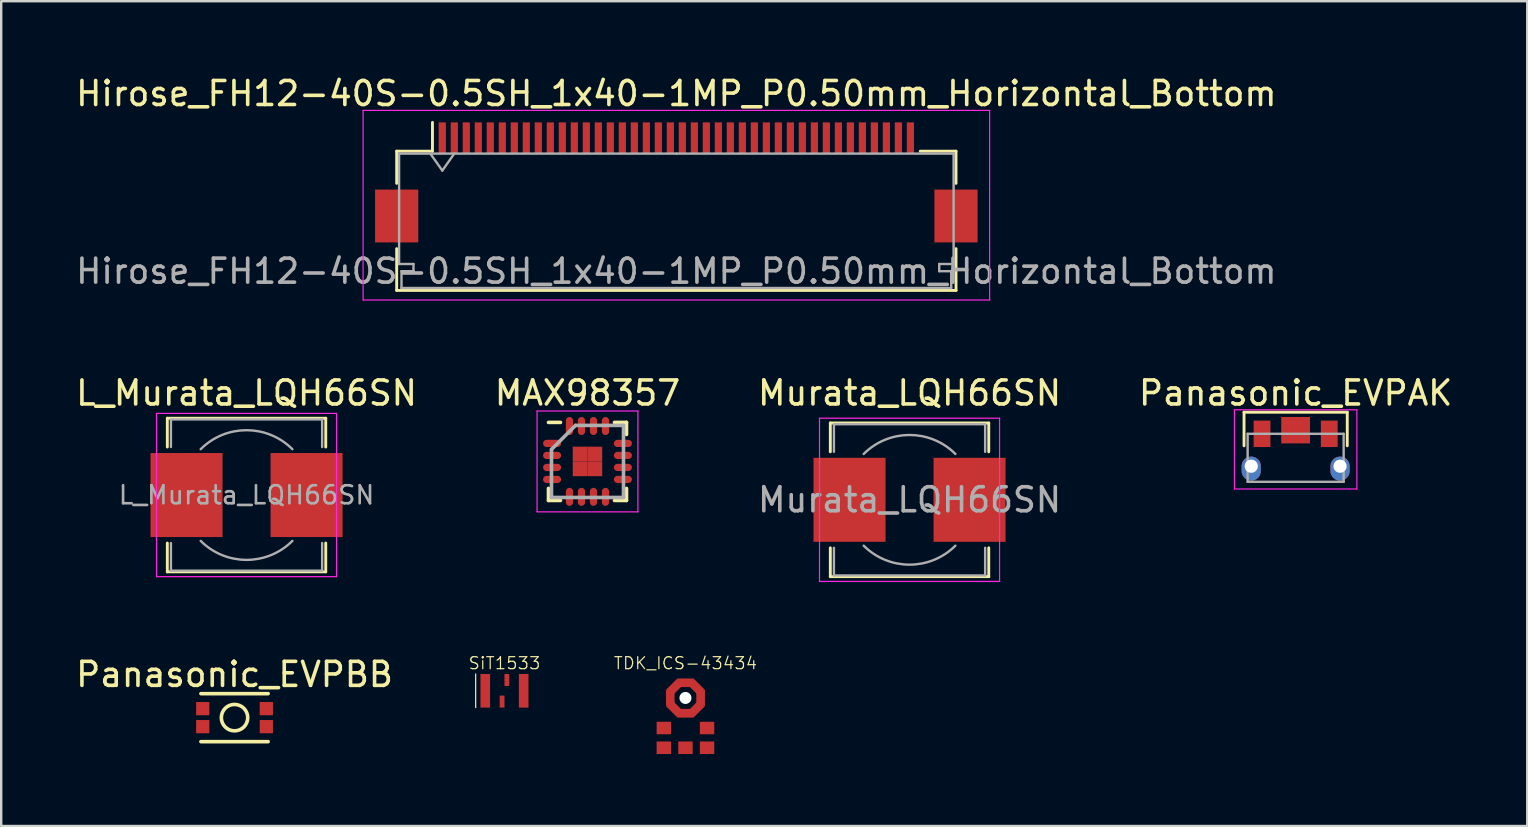
<source format=kicad_pcb>
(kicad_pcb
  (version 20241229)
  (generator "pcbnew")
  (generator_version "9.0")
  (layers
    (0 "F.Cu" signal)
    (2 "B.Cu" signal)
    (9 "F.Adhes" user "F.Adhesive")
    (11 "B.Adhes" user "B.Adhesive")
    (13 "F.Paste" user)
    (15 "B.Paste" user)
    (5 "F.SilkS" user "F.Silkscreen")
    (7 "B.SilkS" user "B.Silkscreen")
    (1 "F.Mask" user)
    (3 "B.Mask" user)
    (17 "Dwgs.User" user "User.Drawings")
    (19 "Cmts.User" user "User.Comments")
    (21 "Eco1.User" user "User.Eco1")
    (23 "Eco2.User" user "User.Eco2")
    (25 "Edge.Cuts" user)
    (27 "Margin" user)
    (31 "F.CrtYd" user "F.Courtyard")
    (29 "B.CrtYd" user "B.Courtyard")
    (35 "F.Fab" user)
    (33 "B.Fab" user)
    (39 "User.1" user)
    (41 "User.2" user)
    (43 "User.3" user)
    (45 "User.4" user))
  (footprint "Hirose_FH12-40S-0.5SH_1x40-1MP_P0.50mm_Horizontal_Bottom"
    (layer "F.Cu")
    (at 25.125 4.548)
    (property "Reference" "Hirose_FH12-40S-0.5SH_1x40-1MP_P0.50mm_Horizontal_Bottom" (at 0 -3.7 0) (layer "F.SilkS") (effects (font (size 1 1) (thickness 0.15))))
    (attr smd)
    (fp_line (start -11.65 -1.3) (end -11.65 0.04) (stroke (width 0.12) (type solid)) (layer "F.SilkS"))
    (fp_line (start -11.65 2.76) (end -11.65 4.5) (stroke (width 0.12) (type solid)) (layer "F.SilkS"))
    (fp_line (start -11.65 4.5) (end 11.65 4.5) (stroke (width 0.12) (type solid)) (layer "F.SilkS"))
    (fp_line (start -10.16 -1.3) (end -11.65 -1.3) (stroke (width 0.12) (type solid)) (layer "F.SilkS"))
    (fp_line (start -10.16 -1.3) (end -10.16 -2.5) (stroke (width 0.12) (type solid)) (layer "F.SilkS"))
    (fp_line (start 10.16 -1.3) (end 11.65 -1.3) (stroke (width 0.12) (type solid)) (layer "F.SilkS"))
    (fp_line (start 11.65 -1.3) (end 11.65 0.04) (stroke (width 0.12) (type solid)) (layer "F.SilkS"))
    (fp_line (start 11.65 4.5) (end 11.65 2.76) (stroke (width 0.12) (type solid)) (layer "F.SilkS"))
    (fp_line (start -13.05 -3) (end -13.05 4.9) (stroke (width 0.05) (type solid)) (layer "F.CrtYd"))
    (fp_line (start -13.05 4.9) (end 13.05 4.9) (stroke (width 0.05) (type solid)) (layer "F.CrtYd"))
    (fp_line (start 13.05 -3) (end -13.05 -3) (stroke (width 0.05) (type solid)) (layer "F.CrtYd"))
    (fp_line (start 13.05 4.9) (end 13.05 -3) (stroke (width 0.05) (type solid)) (layer "F.CrtYd"))
    (fp_line (start -11.55 -1.2) (end -11.55 3.4) (stroke (width 0.1) (type solid)) (layer "F.Fab"))
    (fp_line (start -11.55 3.4) (end -10.95 3.4) (stroke (width 0.1) (type solid)) (layer "F.Fab"))
    (fp_line (start -11.45 3.7) (end -11.45 4.4) (stroke (width 0.1) (type solid)) (layer "F.Fab"))
    (fp_line (start -11.45 4.4) (end 0 4.4) (stroke (width 0.1) (type solid)) (layer "F.Fab"))
    (fp_line (start -10.95 3.4) (end -10.95 3.7) (stroke (width 0.1) (type solid)) (layer "F.Fab"))
    (fp_line (start -10.95 3.7) (end -11.45 3.7) (stroke (width 0.1) (type solid)) (layer "F.Fab"))
    (fp_line (start -10.25 -1.2) (end -9.75 -0.493) (stroke (width 0.1) (type solid)) (layer "F.Fab"))
    (fp_line (start -9.75 -0.493) (end -9.25 -1.2) (stroke (width 0.1) (type solid)) (layer "F.Fab"))
    (fp_line (start 0 -1.2) (end -11.55 -1.2) (stroke (width 0.1) (type solid)) (layer "F.Fab"))
    (fp_line (start 0 -1.2) (end 11.55 -1.2) (stroke (width 0.1) (type solid)) (layer "F.Fab"))
    (fp_line (start 10.95 3.4) (end 10.95 3.7) (stroke (width 0.1) (type solid)) (layer "F.Fab"))
    (fp_line (start 10.95 3.7) (end 11.45 3.7) (stroke (width 0.1) (type solid)) (layer "F.Fab"))
    (fp_line (start 11.45 3.7) (end 11.45 4.4) (stroke (width 0.1) (type solid)) (layer "F.Fab"))
    (fp_line (start 11.45 4.4) (end 0 4.4) (stroke (width 0.1) (type solid)) (layer "F.Fab"))
    (fp_line (start 11.55 -1.2) (end 11.55 3.4) (stroke (width 0.1) (type solid)) (layer "F.Fab"))
    (fp_line (start 11.55 3.4) (end 10.95 3.4) (stroke (width 0.1) (type solid)) (layer "F.Fab"))
    (fp_text user "${REFERENCE}" (at 0 3.7 0) (layer "F.Fab") (effects (font (size 1 1) (thickness 0.15))))
    (pad "1" smd rect (at 9.75 -1.85) (size 0.3 1.3) (layers "F.Cu" "F.Mask" "F.Paste"))
    (pad "2" smd rect (at 9.25 -1.85) (size 0.3 1.3) (layers "F.Cu" "F.Mask" "F.Paste"))
    (pad "3" smd rect (at 8.75 -1.85) (size 0.3 1.3) (layers "F.Cu" "F.Mask" "F.Paste"))
    (pad "4" smd rect (at 8.25 -1.85) (size 0.3 1.3) (layers "F.Cu" "F.Mask" "F.Paste"))
    (pad "5" smd rect (at 7.75 -1.85) (size 0.3 1.3) (layers "F.Cu" "F.Mask" "F.Paste"))
    (pad "6" smd rect (at 7.25 -1.85) (size 0.3 1.3) (layers "F.Cu" "F.Mask" "F.Paste"))
    (pad "7" smd rect (at 6.75 -1.85) (size 0.3 1.3) (layers "F.Cu" "F.Mask" "F.Paste"))
    (pad "8" smd rect (at 6.25 -1.85) (size 0.3 1.3) (layers "F.Cu" "F.Mask" "F.Paste"))
    (pad "9" smd rect (at 5.75 -1.85) (size 0.3 1.3) (layers "F.Cu" "F.Mask" "F.Paste"))
    (pad "10" smd rect (at 5.25 -1.85) (size 0.3 1.3) (layers "F.Cu" "F.Mask" "F.Paste"))
    (pad "11" smd rect (at 4.75 -1.85) (size 0.3 1.3) (layers "F.Cu" "F.Mask" "F.Paste"))
    (pad "12" smd rect (at 4.25 -1.85) (size 0.3 1.3) (layers "F.Cu" "F.Mask" "F.Paste"))
    (pad "13" smd rect (at 3.75 -1.85) (size 0.3 1.3) (layers "F.Cu" "F.Mask" "F.Paste"))
    (pad "14" smd rect (at 3.25 -1.85) (size 0.3 1.3) (layers "F.Cu" "F.Mask" "F.Paste"))
    (pad "15" smd rect (at 2.75 -1.85) (size 0.3 1.3) (layers "F.Cu" "F.Mask" "F.Paste"))
    (pad "16" smd rect (at 2.25 -1.85) (size 0.3 1.3) (layers "F.Cu" "F.Mask" "F.Paste"))
    (pad "17" smd rect (at 1.75 -1.85) (size 0.3 1.3) (layers "F.Cu" "F.Mask" "F.Paste"))
    (pad "18" smd rect (at 1.25 -1.85) (size 0.3 1.3) (layers "F.Cu" "F.Mask" "F.Paste"))
    (pad "19" smd rect (at 0.75 -1.85) (size 0.3 1.3) (layers "F.Cu" "F.Mask" "F.Paste"))
    (pad "20" smd rect (at 0.25 -1.85) (size 0.3 1.3) (layers "F.Cu" "F.Mask" "F.Paste"))
    (pad "21" smd rect (at -0.25 -1.85) (size 0.3 1.3) (layers "F.Cu" "F.Mask" "F.Paste"))
    (pad "22" smd rect (at -0.75 -1.85) (size 0.3 1.3) (layers "F.Cu" "F.Mask" "F.Paste"))
    (pad "23" smd rect (at -1.25 -1.85) (size 0.3 1.3) (layers "F.Cu" "F.Mask" "F.Paste"))
    (pad "24" smd rect (at -1.75 -1.85) (size 0.3 1.3) (layers "F.Cu" "F.Mask" "F.Paste"))
    (pad "25" smd rect (at -2.25 -1.85) (size 0.3 1.3) (layers "F.Cu" "F.Mask" "F.Paste"))
    (pad "26" smd rect (at -2.75 -1.85) (size 0.3 1.3) (layers "F.Cu" "F.Mask" "F.Paste"))
    (pad "27" smd rect (at -3.25 -1.85) (size 0.3 1.3) (layers "F.Cu" "F.Mask" "F.Paste"))
    (pad "28" smd rect (at -3.75 -1.85) (size 0.3 1.3) (layers "F.Cu" "F.Mask" "F.Paste"))
    (pad "29" smd rect (at -4.25 -1.85) (size 0.3 1.3) (layers "F.Cu" "F.Mask" "F.Paste"))
    (pad "30" smd rect (at -4.75 -1.85) (size 0.3 1.3) (layers "F.Cu" "F.Mask" "F.Paste"))
    (pad "31" smd rect (at -5.25 -1.85) (size 0.3 1.3) (layers "F.Cu" "F.Mask" "F.Paste"))
    (pad "32" smd rect (at -5.75 -1.85) (size 0.3 1.3) (layers "F.Cu" "F.Mask" "F.Paste"))
    (pad "33" smd rect (at -6.25 -1.85) (size 0.3 1.3) (layers "F.Cu" "F.Mask" "F.Paste"))
    (pad "34" smd rect (at -6.75 -1.85) (size 0.3 1.3) (layers "F.Cu" "F.Mask" "F.Paste"))
    (pad "35" smd rect (at -7.25 -1.85) (size 0.3 1.3) (layers "F.Cu" "F.Mask" "F.Paste"))
    (pad "36" smd rect (at -7.75 -1.85) (size 0.3 1.3) (layers "F.Cu" "F.Mask" "F.Paste"))
    (pad "37" smd rect (at -8.25 -1.85) (size 0.3 1.3) (layers "F.Cu" "F.Mask" "F.Paste"))
    (pad "38" smd rect (at -8.75 -1.85) (size 0.3 1.3) (layers "F.Cu" "F.Mask" "F.Paste"))
    (pad "39" smd rect (at -9.25 -1.85) (size 0.3 1.3) (layers "F.Cu" "F.Mask" "F.Paste"))
    (pad "40" smd rect (at -9.75 -1.85) (size 0.3 1.3) (layers "F.Cu" "F.Mask" "F.Paste"))
    (pad "MP" smd rect (at -11.65 1.4) (size 1.8 2.2) (layers "F.Cu" "F.Mask" "F.Paste"))
    (pad "MP" smd rect (at 11.65 1.4) (size 1.8 2.2) (layers "F.Cu" "F.Mask" "F.Paste")))
  (footprint "MAX98357"
    (layer "F.Cu")
    (at 21.423 16.172)
    (property "Reference" "MAX98357" (at 0 -2.85 0) (layer "F.SilkS") (effects (font (size 1 1) (thickness 0.15))))
    (attr smd)
    (fp_line (start -1.625 -1.625) (end -1.125 -1.625) (stroke (width 0.15) (type solid)) (layer "F.SilkS"))
    (fp_line (start -1.625 1.625) (end -1.625 1.125) (stroke (width 0.15) (type solid)) (layer "F.SilkS"))
    (fp_line (start -1.625 1.625) (end -1.125 1.625) (stroke (width 0.15) (type solid)) (layer "F.SilkS"))
    (fp_line (start 1.625 -1.625) (end 1.125 -1.625) (stroke (width 0.15) (type solid)) (layer "F.SilkS"))
    (fp_line (start 1.625 -1.625) (end 1.625 -1.125) (stroke (width 0.15) (type solid)) (layer "F.SilkS"))
    (fp_line (start 1.625 1.625) (end 1.125 1.625) (stroke (width 0.15) (type solid)) (layer "F.SilkS"))
    (fp_line (start 1.625 1.625) (end 1.625 1.125) (stroke (width 0.15) (type solid)) (layer "F.SilkS"))
    (fp_line (start -2.1 -2.1) (end -2.1 2.1) (stroke (width 0.05) (type solid)) (layer "F.CrtYd"))
    (fp_line (start -2.1 -2.1) (end 2.1 -2.1) (stroke (width 0.05) (type solid)) (layer "F.CrtYd"))
    (fp_line (start -2.1 2.1) (end 2.1 2.1) (stroke (width 0.05) (type solid)) (layer "F.CrtYd"))
    (fp_line (start 2.1 -2.1) (end 2.1 2.1) (stroke (width 0.05) (type solid)) (layer "F.CrtYd"))
    (fp_line (start -1.5 -0.5) (end -0.5 -1.5) (stroke (width 0.15) (type solid)) (layer "F.Fab"))
    (fp_line (start -1.5 1.5) (end -1.5 -0.5) (stroke (width 0.15) (type solid)) (layer "F.Fab"))
    (fp_line (start -0.5 -1.5) (end 1.5 -1.5) (stroke (width 0.15) (type solid)) (layer "F.Fab"))
    (fp_line (start 1.5 -1.5) (end 1.5 1.5) (stroke (width 0.15) (type solid)) (layer "F.Fab"))
    (fp_line (start 1.5 1.5) (end -1.5 1.5) (stroke (width 0.15) (type solid)) (layer "F.Fab"))
    (pad "1" smd oval (at -1.475 -0.75) (size 0.75 0.3) (layers "F.Cu" "F.Mask" "F.Paste"))
    (pad "2" smd oval (at -1.475 -0.25) (size 0.75 0.3) (layers "F.Cu" "F.Mask" "F.Paste"))
    (pad "3" smd oval (at -1.475 0.25) (size 0.75 0.3) (layers "F.Cu" "F.Mask" "F.Paste"))
    (pad "4" smd oval (at -1.475 0.75) (size 0.75 0.3) (layers "F.Cu" "F.Mask" "F.Paste"))
    (pad "5" smd oval (at -0.75 1.475 90) (size 0.75 0.3) (layers "F.Cu" "F.Mask" "F.Paste"))
    (pad "6" smd oval (at -0.25 1.475 90) (size 0.75 0.3) (layers "F.Cu" "F.Mask" "F.Paste"))
    (pad "7" smd oval (at 0.25 1.475 90) (size 0.75 0.3) (layers "F.Cu" "F.Mask" "F.Paste"))
    (pad "8" smd oval (at 0.75 1.475 90) (size 0.75 0.3) (layers "F.Cu" "F.Mask" "F.Paste"))
    (pad "9" smd oval (at 1.475 0.75) (size 0.75 0.3) (layers "F.Cu" "F.Mask" "F.Paste"))
    (pad "10" smd oval (at 1.475 0.25) (size 0.75 0.3) (layers "F.Cu" "F.Mask" "F.Paste"))
    (pad "11" smd oval (at 1.475 -0.25) (size 0.75 0.3) (layers "F.Cu" "F.Mask" "F.Paste"))
    (pad "12" smd oval (at 1.475 -0.75) (size 0.75 0.3) (layers "F.Cu" "F.Mask" "F.Paste"))
    (pad "13" smd oval (at 0.75 -1.475 90) (size 0.75 0.3) (layers "F.Cu" "F.Mask" "F.Paste"))
    (pad "14" smd oval (at 0.25 -1.475 90) (size 0.75 0.3) (layers "F.Cu" "F.Mask" "F.Paste"))
    (pad "15" smd oval (at -0.25 -1.475 90) (size 0.75 0.3) (layers "F.Cu" "F.Mask" "F.Paste"))
    (pad "16" smd oval (at -0.75 -1.475 90) (size 0.75 0.3) (layers "F.Cu" "F.Mask" "F.Paste"))
    (pad "17" smd rect (at -0.307 -0.307) (size 0.615 0.615) (layers "F.Cu" "F.Mask" "F.Paste"))
    (pad "17" smd rect (at -0.307 0.307) (size 0.615 0.615) (layers "F.Cu" "F.Mask" "F.Paste"))
    (pad "17" smd rect (at 0.307 -0.307) (size 0.615 0.615) (layers "F.Cu" "F.Mask" "F.Paste"))
    (pad "17" smd rect (at 0.307 0.307) (size 0.615 0.615) (layers "F.Cu" "F.Mask" "F.Paste")))
  (footprint "SiT1533"
    (layer "F.Cu")
    (at 17.965 25.727)
    (property "Reference" "SiT1533" (at 0 -1.15 0) (layer "F.SilkS") (effects (font (size 0.5 0.5) (thickness 0.05))))
    (attr through_hole)
    (fp_line (start -1.2 -0.7) (end -1.2 0.7) (stroke (width 0.05) (type solid)) (layer "F.SilkS"))
    (pad "1" smd rect (at -0.8 0) (size 0.4 1.4) (layers "F.Cu" "F.Mask" "F.Paste"))
    (pad "2" smd rect (at -0.1 0.45) (size 0.2 0.5) (layers "F.Cu" "F.Mask" "F.Paste"))
    (pad "3" smd rect (at 0.8 0) (size 0.4 1.4) (layers "F.Cu" "F.Mask" "F.Paste"))
    (pad "4" smd rect (at 0.1 -0.45) (size 0.2 0.5) (layers "F.Cu" "F.Mask" "F.Paste")))
  (footprint "TDK_ICS-43434"
    (layer "F.Cu")
    (at 25.504 27.277)
    (property "Reference" "TDK_ICS-43434" (at 0 -2.7 0) (layer "F.SilkS") (effects (font (size 0.5 0.5) (thickness 0.05))))
    (attr through_hole)
    (pad "" np_thru_hole circle (at 0 -1.252) (size 0.5 0.5) (drill 0.5) (layers "*.Cu" "*.Mask"))
    (pad "1" smd rect (at 0.9 0.822) (size 0.6 0.522) (layers "F.Cu" "F.Mask" "F.Paste"))
    (pad "2" smd rect (at 0.9 0) (size 0.6 0.522) (layers "F.Cu" "F.Mask" "F.Paste"))
    (pad "3" smd trapezoid (at -0.632 -1.252) (size 0.36 0.55) (rect_delta 0.12 0) (layers "F.Cu" "F.Mask" "F.Paste"))
    (pad "3" smd trapezoid (at -0.447 -1.7 45) (size 0.55 0.36) (rect_delta 0 -0.12) (layers "F.Cu" "F.Mask" "F.Paste"))
    (pad "3" smd trapezoid (at -0.447 -0.8 135) (size 0.55 0.36) (rect_delta 0 -0.12) (layers "F.Cu" "F.Mask" "F.Paste"))
    (pad "3" smd trapezoid (at 0 -1.885) (size 0.55 0.36) (rect_delta 0 -0.12) (layers "F.Cu" "F.Mask" "F.Paste"))
    (pad "3" smd trapezoid (at 0 -0.615 180) (size 0.55 0.36) (rect_delta 0 -0.12) (layers "F.Cu" "F.Mask" "F.Paste"))
    (pad "3" smd trapezoid (at 0.447 -1.7 315) (size 0.55 0.36) (rect_delta 0 -0.12) (layers "F.Cu" "F.Mask" "F.Paste"))
    (pad "3" smd trapezoid (at 0.447 -0.8 225) (size 0.55 0.36) (rect_delta 0 -0.12) (layers "F.Cu" "F.Mask" "F.Paste"))
    (pad "3" smd trapezoid (at 0.632 -1.252 180) (size 0.36 0.55) (rect_delta 0.12 0) (layers "F.Cu" "F.Mask" "F.Paste"))
    (pad "4" smd rect (at -0.9 0) (size 0.6 0.522) (layers "F.Cu" "F.Mask" "F.Paste"))
    (pad "5" smd rect (at -0.9 0.822) (size 0.6 0.522) (layers "F.Cu" "F.Mask" "F.Paste"))
    (pad "6" smd rect (at 0 0.822) (size 0.6 0.522) (layers "F.Cu" "F.Mask" "F.Paste")))
  (footprint "Murata_LQH66SN"
    (layer "F.Cu")
    (at 34.839 17.771)
    (property "Reference" "Murata_LQH66SN" (at 0 -4.45 0) (layer "F.SilkS") (effects (font (size 1 1) (thickness 0.15))))
    (attr smd)
    (fp_line (start -3.3 -3.2) (end 3.3 -3.2) (stroke (width 0.12) (type solid)) (layer "F.SilkS"))
    (fp_line (start -3.3 -2) (end -3.3 -3.2) (stroke (width 0.12) (type solid)) (layer "F.SilkS"))
    (fp_line (start -3.3 3.2) (end -3.3 2) (stroke (width 0.12) (type solid)) (layer "F.SilkS"))
    (fp_line (start 3.3 -3.2) (end 3.3 -2) (stroke (width 0.12) (type solid)) (layer "F.SilkS"))
    (fp_line (start 3.3 2) (end 3.3 3.2) (stroke (width 0.12) (type solid)) (layer "F.SilkS"))
    (fp_line (start 3.3 3.2) (end -3.3 3.2) (stroke (width 0.12) (type solid)) (layer "F.SilkS"))
    (fp_line (start -3.75 -3.4) (end -3.75 3.4) (stroke (width 0.05) (type solid)) (layer "F.CrtYd"))
    (fp_line (start -3.75 3.4) (end 3.75 3.4) (stroke (width 0.05) (type solid)) (layer "F.CrtYd"))
    (fp_line (start 3.75 -3.4) (end -3.75 -3.4) (stroke (width 0.05) (type solid)) (layer "F.CrtYd"))
    (fp_line (start 3.75 3.4) (end 3.75 -3.4) (stroke (width 0.05) (type solid)) (layer "F.CrtYd"))
    (fp_line (start -3.15 -3.15) (end -3.15 -2) (stroke (width 0.1) (type solid)) (layer "F.Fab"))
    (fp_line (start -3.15 -3.15) (end 3.15 -3.15) (stroke (width 0.1) (type solid)) (layer "F.Fab"))
    (fp_line (start -3.15 3.15) (end -3.15 2) (stroke (width 0.1) (type solid)) (layer "F.Fab"))
    (fp_line (start -3.15 3.15) (end 3.15 3.15) (stroke (width 0.1) (type solid)) (layer "F.Fab"))
    (fp_line (start 3.15 -3.15) (end 3.15 -2) (stroke (width 0.1) (type solid)) (layer "F.Fab"))
    (fp_line (start 3.15 3.15) (end 3.15 2) (stroke (width 0.1) (type solid)) (layer "F.Fab"))
    (fp_arc (start -1.91 -1.91) (mid 0 -2.701148) (end 1.91 -1.91) (stroke (width 0.1) (type solid)) (layer "F.Fab"))
    (fp_arc (start 1.91 1.91) (mid 0 2.701148) (end -1.91 1.91) (stroke (width 0.1) (type solid)) (layer "F.Fab"))
    (fp_text user "${REFERENCE}" (at 0 0 180) (layer "F.Fab") (effects (font (size 1 1) (thickness 0.15))))
    (pad "1" smd rect (at -2.5 0) (size 3 3.5) (layers "F.Cu" "F.Mask" "F.Paste"))
    (pad "2" smd rect (at 2.5 0) (size 3 3.5) (layers "F.Cu" "F.Mask" "F.Paste")))
  (footprint "Panasonic_EVPAK"
    (layer "F.Cu")
    (at 50.923 15.021)
    (property "Reference" "Panasonic_EVPAK" (at 0 -1.7 0) (layer "F.SilkS") (effects (font (size 1 1) (thickness 0.15))))
    (attr through_hole)
    (fp_line (start -2.15 -0.9) (end -2.15 0.5) (stroke (width 0.12) (type solid)) (layer "F.SilkS"))
    (fp_line (start -2.15 -0.9) (end 2.15 -0.9) (stroke (width 0.12) (type solid)) (layer "F.SilkS"))
    (fp_line (start 2.15 -0.9) (end 2.15 0.5) (stroke (width 0.12) (type solid)) (layer "F.SilkS"))
    (fp_line (start -2.55 -1) (end 2.55 -1) (stroke (width 0.05) (type solid)) (layer "F.CrtYd"))
    (fp_line (start -2.55 2.3) (end -2.55 -1) (stroke (width 0.05) (type solid)) (layer "F.CrtYd"))
    (fp_line (start 2.55 -1) (end 2.55 2.3) (stroke (width 0.05) (type solid)) (layer "F.CrtYd"))
    (fp_line (start 2.55 2.3) (end -2.55 2.3) (stroke (width 0.05) (type solid)) (layer "F.CrtYd"))
    (fp_line (start -2 0) (end 2 0) (stroke (width 0.1) (type solid)) (layer "F.Fab"))
    (fp_line (start -2 2) (end -2 0) (stroke (width 0.1) (type solid)) (layer "F.Fab"))
    (fp_line (start 2 0) (end 2 2) (stroke (width 0.1) (type solid)) (layer "F.Fab"))
    (fp_line (start 2 2) (end -2 2) (stroke (width 0.1) (type solid)) (layer "F.Fab"))
    (pad "" smd rect (at 0 -0.15) (size 1.2 1.1) (layers "F.Cu" "F.Mask" "F.Paste"))
    (pad "" thru_hole oval (at 1.85 1.35) (size 0.8 1) (drill 0.55 (offset 0 0.1)) (layers "*.Cu" "*.Mask"))
    (pad " " thru_hole oval (at -1.85 1.35) (size 0.8 1) (drill 0.55 (offset 0 0.1)) (layers "*.Cu" "*.Mask"))
    (pad "1" smd rect (at -1.4 0) (size 0.7 1.1) (layers "F.Cu" "F.Mask" "F.Paste"))
    (pad "2" smd rect (at 1.4 0) (size 0.7 1.1) (layers "F.Cu" "F.Mask" "F.Paste")))
  (footprint "Panasonic_EVPBB"
    (layer "F.Cu")
    (at 6.72 26.845)
    (property "Reference" "Panasonic_EVPBB" (at 0 -1.8 0) (layer "F.SilkS") (effects (font (size 1 1) (thickness 0.15))))
    (attr smd)
    (fp_line (start -1.4 -1) (end 1.4 -1) (stroke (width 0.15) (type solid)) (layer "F.SilkS"))
    (fp_line (start -1.4 1) (end 1.4 1) (stroke (width 0.15) (type solid)) (layer "F.SilkS"))
    (fp_circle (center 0 0) (end 0.55 0) (stroke (width 0.15) (type solid)) (fill no) (layer "F.SilkS"))
    (pad "1" smd rect (at -1.325 -0.375) (size 0.55 0.55) (layers "F.Cu" "F.Mask" "F.Paste"))
    (pad "1" smd rect (at -1.325 0.375) (size 0.55 0.55) (layers "F.Cu" "F.Mask" "F.Paste"))
    (pad "2" smd rect (at 1.325 -0.375) (size 0.55 0.55) (layers "F.Cu" "F.Mask" "F.Paste"))
    (pad "2" smd rect (at 1.325 0.375) (size 0.55 0.55) (layers "F.Cu" "F.Mask" "F.Paste")))
  (footprint "L_Murata_LQH66SN"
    (layer "F.Cu")
    (at 7.22 17.572)
    (property "Reference" "L_Murata_LQH66SN" (at 0 -4.25 0) (layer "F.SilkS") (effects (font (size 1 1) (thickness 0.15))))
    (attr smd)
    (fp_line (start -3.3 -3.2) (end 3.3 -3.2) (stroke (width 0.12) (type solid)) (layer "F.SilkS"))
    (fp_line (start -3.3 -2) (end -3.3 -3.2) (stroke (width 0.12) (type solid)) (layer "F.SilkS"))
    (fp_line (start -3.3 3.2) (end -3.3 2) (stroke (width 0.12) (type solid)) (layer "F.SilkS"))
    (fp_line (start 3.3 -3.2) (end 3.3 -2) (stroke (width 0.12) (type solid)) (layer "F.SilkS"))
    (fp_line (start 3.3 2) (end 3.3 3.2) (stroke (width 0.12) (type solid)) (layer "F.SilkS"))
    (fp_line (start 3.3 3.2) (end -3.3 3.2) (stroke (width 0.12) (type solid)) (layer "F.SilkS"))
    (fp_line (start -3.75 -3.4) (end -3.75 3.4) (stroke (width 0.05) (type solid)) (layer "F.CrtYd"))
    (fp_line (start -3.75 3.4) (end 3.75 3.4) (stroke (width 0.05) (type solid)) (layer "F.CrtYd"))
    (fp_line (start 3.75 -3.4) (end -3.75 -3.4) (stroke (width 0.05) (type solid)) (layer "F.CrtYd"))
    (fp_line (start 3.75 3.4) (end 3.75 -3.4) (stroke (width 0.05) (type solid)) (layer "F.CrtYd"))
    (fp_line (start -3.15 -3.15) (end -3.15 -2) (stroke (width 0.1) (type solid)) (layer "F.Fab"))
    (fp_line (start -3.15 -3.15) (end 3.15 -3.15) (stroke (width 0.1) (type solid)) (layer "F.Fab"))
    (fp_line (start -3.15 3.15) (end -3.15 2) (stroke (width 0.1) (type solid)) (layer "F.Fab"))
    (fp_line (start -3.15 3.15) (end 3.15 3.15) (stroke (width 0.1) (type solid)) (layer "F.Fab"))
    (fp_line (start 3.15 -3.15) (end 3.15 -2) (stroke (width 0.1) (type solid)) (layer "F.Fab"))
    (fp_line (start 3.15 3.15) (end 3.15 2) (stroke (width 0.1) (type solid)) (layer "F.Fab"))
    (fp_arc (start -1.91 -1.91) (mid 0 -2.701148) (end 1.91 -1.91) (stroke (width 0.1) (type solid)) (layer "F.Fab"))
    (fp_arc (start 1.91 1.91) (mid 0 2.701148) (end -1.91 1.91) (stroke (width 0.1) (type solid)) (layer "F.Fab"))
    (fp_text user "${REFERENCE}" (at 0 0 180) (layer "F.Fab") (effects (font (size 0.75 0.75) (thickness 0.11))))
    (pad "1" smd rect (at -2.5 0) (size 3 3.5) (layers "F.Cu" "F.Mask" "F.Paste"))
    (pad "2" smd rect (at 2.5 0) (size 3 3.5) (layers "F.Cu" "F.Mask" "F.Paste")))
  (gr_rect
    (start -3 -3)
    (end 60.571 31.36)
    (stroke (width 0.1) (type default))
    (fill no)
    (layer "Edge.Cuts")))
</source>
